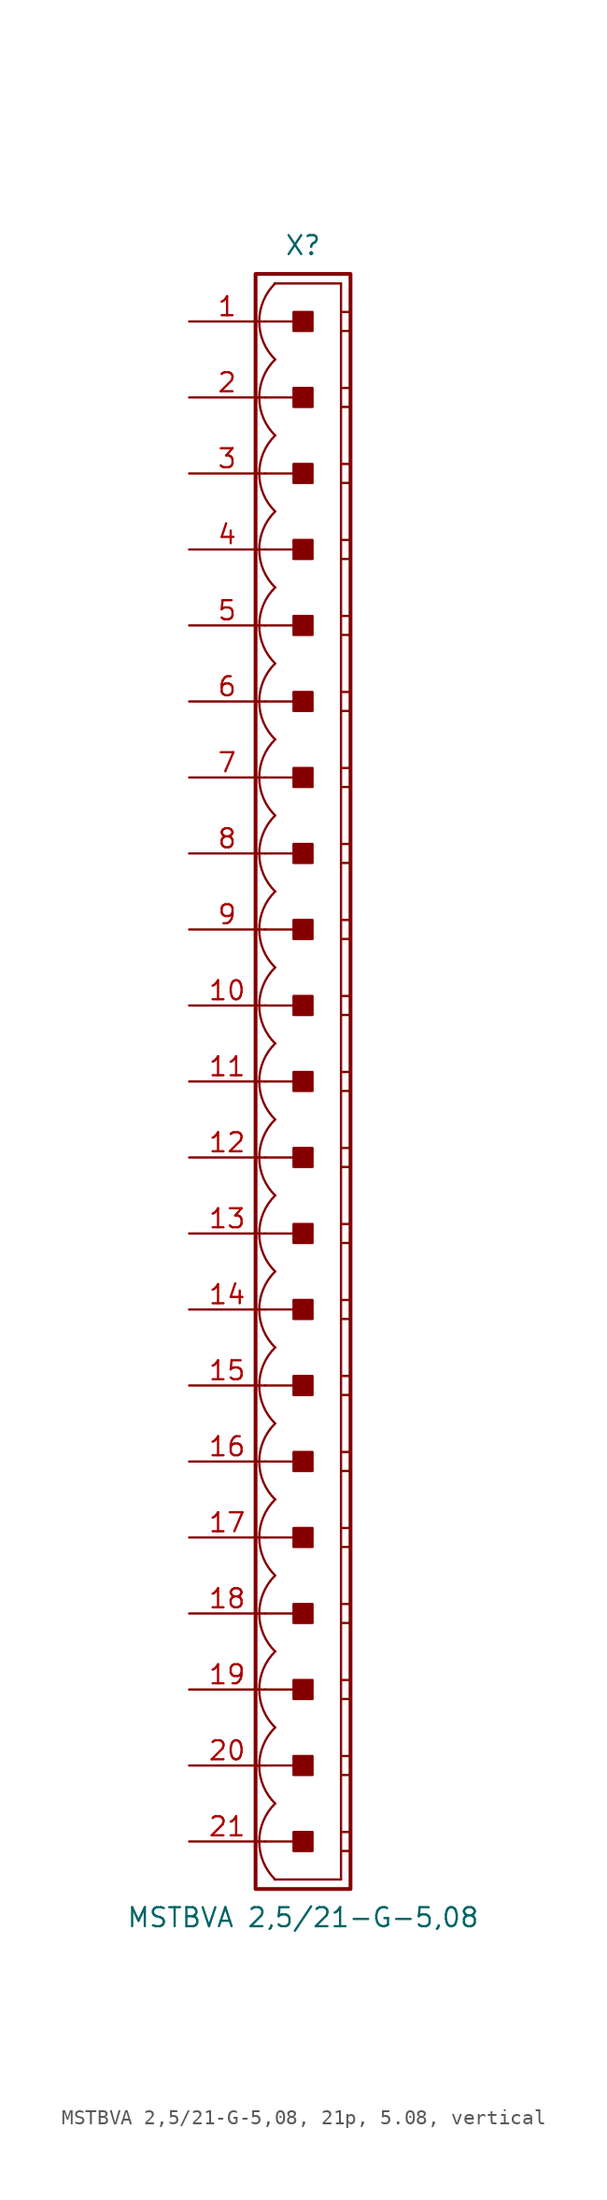
<source format=kicad_sym>
(kicad_symbol_lib
  (version 20241209)
  (generator "kicad_symbol_editor")
  (generator_version "9.0")
  (symbol "MSTBVA 2,5/21-G-5,08, 21p, 5.08, vertical"
    (pin_names
      (offset 1.016)
      (hide yes))
    (property "Reference" "X"
      (at 0 55.88 0)
      (effects (font (size 1.27 1.27))))
    (property "Value" "MSTBVA 2,5/21-G-5,08"
      (at 0 -55.88 0)
      (effects (font (size 1.27 1.27))))
    (property "Label" ""
      (at 0 0 0)
      (effects (font (size 1.27 1.27) (thickness 0.254) (bold yes))))
    (symbol "MSTBVA 2,5/21-G-5,08, 21p, 5.08, vertical_0_1"
      (polyline (pts (xy 2.54 53.34) (xy -1.905 53.34)) (stroke (width 0.152) (type default)) (fill (type none)))
      (polyline (pts (xy 2.54 53.34) (xy 2.54 -53.34)) (stroke (width 0.152) (type default)) (fill (type none)))
      (polyline (pts (xy 2.54 51.435) (xy 3.175 51.435)) (stroke (width 0.152) (type default)) (fill (type none)))
      (polyline (pts (xy 2.54 50.165) (xy 3.175 50.165)) (stroke (width 0.152) (type default)) (fill (type none)))
      (polyline (pts (xy 2.54 46.355) (xy 3.175 46.355)) (stroke (width 0.152) (type default)) (fill (type none)))
      (polyline (pts (xy 2.54 45.085) (xy 3.175 45.085)) (stroke (width 0.152) (type default)) (fill (type none)))
      (polyline (pts (xy 2.54 41.275) (xy 3.175 41.275)) (stroke (width 0.152) (type default)) (fill (type none)))
      (polyline (pts (xy 2.54 40.005) (xy 3.175 40.005)) (stroke (width 0.152) (type default)) (fill (type none)))
      (polyline (pts (xy 2.54 36.195) (xy 3.175 36.195)) (stroke (width 0.152) (type default)) (fill (type none)))
      (polyline (pts (xy 2.54 34.925) (xy 3.175 34.925)) (stroke (width 0.152) (type default)) (fill (type none)))
      (polyline (pts (xy 2.54 31.115) (xy 3.175 31.115)) (stroke (width 0.152) (type default)) (fill (type none)))
      (polyline (pts (xy 2.54 29.845) (xy 3.175 29.845)) (stroke (width 0.152) (type default)) (fill (type none)))
      (polyline (pts (xy 2.54 26.035) (xy 3.175 26.035)) (stroke (width 0.152) (type default)) (fill (type none)))
      (polyline (pts (xy 2.54 24.765) (xy 3.175 24.765)) (stroke (width 0.152) (type default)) (fill (type none)))
      (polyline (pts (xy 2.54 20.955) (xy 3.175 20.955)) (stroke (width 0.152) (type default)) (fill (type none)))
      (polyline (pts (xy 2.54 19.685) (xy 3.175 19.685)) (stroke (width 0.152) (type default)) (fill (type none)))
      (polyline (pts (xy 2.54 15.875) (xy 3.175 15.875)) (stroke (width 0.152) (type default)) (fill (type none)))
      (polyline (pts (xy 2.54 14.605) (xy 3.175 14.605)) (stroke (width 0.152) (type default)) (fill (type none)))
      (polyline (pts (xy 2.54 10.795) (xy 3.175 10.795)) (stroke (width 0.152) (type default)) (fill (type none)))
      (polyline (pts (xy 2.54 9.525) (xy 3.175 9.525)) (stroke (width 0.152) (type default)) (fill (type none)))
      (polyline (pts (xy 2.54 5.715) (xy 3.175 5.715)) (stroke (width 0.152) (type default)) (fill (type none)))
      (polyline (pts (xy 2.54 4.445) (xy 3.175 4.445)) (stroke (width 0.152) (type default)) (fill (type none)))
      (polyline (pts (xy 2.54 0.635) (xy 3.175 0.635)) (stroke (width 0.152) (type default)) (fill (type none)))
      (polyline (pts (xy 2.54 -0.635) (xy 3.175 -0.635)) (stroke (width 0.152) (type default)) (fill (type none)))
      (polyline (pts (xy 2.54 -4.445) (xy 3.175 -4.445)) (stroke (width 0.152) (type default)) (fill (type none)))
      (polyline (pts (xy 2.54 -5.715) (xy 3.175 -5.715)) (stroke (width 0.152) (type default)) (fill (type none)))
      (polyline (pts (xy 2.54 -9.525) (xy 3.175 -9.525)) (stroke (width 0.152) (type default)) (fill (type none)))
      (polyline (pts (xy 2.54 -10.795) (xy 3.175 -10.795)) (stroke (width 0.152) (type default)) (fill (type none)))
      (polyline (pts (xy 2.54 -14.605) (xy 3.175 -14.605)) (stroke (width 0.152) (type default)) (fill (type none)))
      (polyline (pts (xy 2.54 -15.875) (xy 3.175 -15.875)) (stroke (width 0.152) (type default)) (fill (type none)))
      (polyline (pts (xy 2.54 -19.685) (xy 3.175 -19.685)) (stroke (width 0.152) (type default)) (fill (type none)))
      (polyline (pts (xy 2.54 -20.955) (xy 3.175 -20.955)) (stroke (width 0.152) (type default)) (fill (type none)))
      (polyline (pts (xy 2.54 -24.765) (xy 3.175 -24.765)) (stroke (width 0.152) (type default)) (fill (type none)))
      (polyline (pts (xy 2.54 -26.035) (xy 3.175 -26.035)) (stroke (width 0.152) (type default)) (fill (type none)))
      (polyline (pts (xy 2.54 -29.845) (xy 3.175 -29.845)) (stroke (width 0.152) (type default)) (fill (type none)))
      (polyline (pts (xy 2.54 -31.115) (xy 3.175 -31.115)) (stroke (width 0.152) (type default)) (fill (type none)))
      (polyline (pts (xy 2.54 -34.925) (xy 3.175 -34.925)) (stroke (width 0.152) (type default)) (fill (type none)))
      (polyline (pts (xy 2.54 -36.195) (xy 3.175 -36.195)) (stroke (width 0.152) (type default)) (fill (type none)))
      (polyline (pts (xy 2.54 -40.005) (xy 3.175 -40.005)) (stroke (width 0.152) (type default)) (fill (type none)))
      (polyline (pts (xy 2.54 -41.275) (xy 3.175 -41.275)) (stroke (width 0.152) (type default)) (fill (type none)))
      (polyline (pts (xy 2.54 -45.085) (xy 3.175 -45.085)) (stroke (width 0.152) (type default)) (fill (type none)))
      (polyline (pts (xy 2.54 -46.355) (xy 3.175 -46.355)) (stroke (width 0.152) (type default)) (fill (type none)))
      (polyline (pts (xy 2.54 -50.165) (xy 3.175 -50.165)) (stroke (width 0.152) (type default)) (fill (type none)))
      (polyline (pts (xy 2.54 -51.435) (xy 3.175 -51.435)) (stroke (width 0.152) (type default)) (fill (type none)))
      (polyline (pts (xy 2.54 -53.34) (xy -1.905 -53.34)) (stroke (width 0.152) (type default)) (fill (type none))))
    (symbol "MSTBVA 2,5/21-G-5,08, 21p, 5.08, vertical_1_0"
      (polyline (pts (xy -2.54 50.8) (xy 0 50.8)) (stroke (width 0.152) (type default)) (fill (type none)))
      (polyline (pts (xy -2.54 45.72) (xy 0 45.72)) (stroke (width 0.152) (type default)) (fill (type none)))
      (polyline (pts (xy -2.54 40.64) (xy 0 40.64)) (stroke (width 0.152) (type default)) (fill (type none)))
      (polyline (pts (xy -2.54 35.56) (xy 0 35.56)) (stroke (width 0.152) (type default)) (fill (type none)))
      (polyline (pts (xy -2.54 30.48) (xy 0 30.48)) (stroke (width 0.152) (type default)) (fill (type none)))
      (polyline (pts (xy -2.54 25.4) (xy 0 25.4)) (stroke (width 0.152) (type default)) (fill (type none)))
      (polyline (pts (xy -2.54 20.32) (xy 0 20.32)) (stroke (width 0.152) (type default)) (fill (type none)))
      (polyline (pts (xy -2.54 15.24) (xy 0 15.24)) (stroke (width 0.152) (type default)) (fill (type none)))
      (polyline (pts (xy -2.54 10.16) (xy 0 10.16)) (stroke (width 0.152) (type default)) (fill (type none)))
      (polyline (pts (xy -2.54 5.08) (xy 0 5.08)) (stroke (width 0.152) (type default)) (fill (type none)))
      (polyline (pts (xy -2.54 0) (xy 0 0)) (stroke (width 0.152) (type default)) (fill (type none)))
      (polyline (pts (xy -2.54 -5.08) (xy 0 -5.08)) (stroke (width 0.152) (type default)) (fill (type none)))
      (polyline (pts (xy -2.54 -10.16) (xy 0 -10.16)) (stroke (width 0.152) (type default)) (fill (type none)))
      (polyline (pts (xy -2.54 -15.24) (xy 0 -15.24)) (stroke (width 0.152) (type default)) (fill (type none)))
      (polyline (pts (xy -2.54 -20.32) (xy 0 -20.32)) (stroke (width 0.152) (type default)) (fill (type none)))
      (polyline (pts (xy -2.54 -25.4) (xy 0 -25.4)) (stroke (width 0.152) (type default)) (fill (type none)))
      (polyline (pts (xy -2.54 -30.48) (xy 0 -30.48)) (stroke (width 0.152) (type default)) (fill (type none)))
      (polyline (pts (xy -2.54 -35.56) (xy 0 -35.56)) (stroke (width 0.152) (type default)) (fill (type none)))
      (polyline (pts (xy -2.54 -40.64) (xy 0 -40.64)) (stroke (width 0.152) (type default)) (fill (type none)))
      (polyline (pts (xy -2.54 -45.72) (xy 0 -45.72)) (stroke (width 0.152) (type default)) (fill (type none)))
      (polyline (pts (xy -2.54 -50.8) (xy 0 -50.8)) (stroke (width 0.152) (type default)) (fill (type none))))
    (symbol "MSTBVA 2,5/21-G-5,08, 21p, 5.08, vertical_1_1"
      (rectangle (start -3.175 53.975) (end 3.175 -53.975) (stroke (width 0.254) (type default)) (fill (type none)))
      (rectangle (start -0.635 50.165) (end 0.635 51.435) (stroke (width 0.152) (type default)) (fill (type outline)))
      (rectangle (start -0.635 45.085) (end 0.635 46.355) (stroke (width 0.152) (type default)) (fill (type outline)))
      (rectangle (start -0.635 40.005) (end 0.635 41.275) (stroke (width 0.152) (type default)) (fill (type outline)))
      (rectangle (start -0.635 34.925) (end 0.635 36.195) (stroke (width 0.152) (type default)) (fill (type outline)))
      (rectangle (start -0.635 29.845) (end 0.635 31.115) (stroke (width 0.152) (type default)) (fill (type outline)))
      (rectangle (start -0.635 24.765) (end 0.635 26.035) (stroke (width 0.152) (type default)) (fill (type outline)))
      (rectangle (start -0.635 19.685) (end 0.635 20.955) (stroke (width 0.152) (type default)) (fill (type outline)))
      (rectangle (start -0.635 14.605) (end 0.635 15.875) (stroke (width 0.152) (type default)) (fill (type outline)))
      (rectangle (start -0.635 9.525) (end 0.635 10.795) (stroke (width 0.152) (type default)) (fill (type outline)))
      (rectangle (start -0.635 4.445) (end 0.635 5.715) (stroke (width 0.152) (type default)) (fill (type outline)))
      (rectangle (start -0.635 -0.635) (end 0.635 0.635) (stroke (width 0.152) (type default)) (fill (type outline)))
      (rectangle (start -0.635 -5.715) (end 0.635 -4.445) (stroke (width 0.152) (type default)) (fill (type outline)))
      (rectangle (start -0.635 -10.795) (end 0.635 -9.525) (stroke (width 0.152) (type default)) (fill (type outline)))
      (rectangle (start -0.635 -15.875) (end 0.635 -14.605) (stroke (width 0.152) (type default)) (fill (type outline)))
      (rectangle (start -0.635 -20.955) (end 0.635 -19.685) (stroke (width 0.152) (type default)) (fill (type outline)))
      (rectangle (start -0.635 -26.035) (end 0.635 -24.765) (stroke (width 0.152) (type default)) (fill (type outline)))
      (rectangle (start -0.635 -31.115) (end 0.635 -29.845) (stroke (width 0.152) (type default)) (fill (type outline)))
      (rectangle (start -0.635 -36.195) (end 0.635 -34.925) (stroke (width 0.152) (type default)) (fill (type outline)))
      (rectangle (start -0.635 -41.275) (end 0.635 -40.005) (stroke (width 0.152) (type default)) (fill (type outline)))
      (rectangle (start -0.635 -46.355) (end 0.635 -45.085) (stroke (width 0.152) (type default)) (fill (type outline)))
      (rectangle (start -0.635 -51.435) (end 0.635 -50.165) (stroke (width 0.152) (type default)) (fill (type outline)))
      (arc (start -1.8664 48.26) (mid -2.9299 50.8) (end -1.8664 53.34) (stroke (width 0.1524) (type default)) (fill (type none)))
      (arc (start -1.8664 43.18) (mid -2.9299 45.72) (end -1.8664 48.26) (stroke (width 0.1524) (type default)) (fill (type none)))
      (arc (start -1.8664 38.1) (mid -2.9299 40.64) (end -1.8664 43.18) (stroke (width 0.1524) (type default)) (fill (type none)))
      (arc (start -1.8664 33.02) (mid -2.9299 35.56) (end -1.8664 38.1) (stroke (width 0.1524) (type default)) (fill (type none)))
      (arc (start -1.8664 27.94) (mid -2.9299 30.48) (end -1.8664 33.02) (stroke (width 0.1524) (type default)) (fill (type none)))
      (arc (start -1.8664 22.86) (mid -2.9299 25.4) (end -1.8664 27.94) (stroke (width 0.1524) (type default)) (fill (type none)))
      (arc (start -1.8664 17.78) (mid -2.9299 20.32) (end -1.8664 22.86) (stroke (width 0.1524) (type default)) (fill (type none)))
      (arc (start -1.8664 12.7) (mid -2.9299 15.24) (end -1.8664 17.78) (stroke (width 0.1524) (type default)) (fill (type none)))
      (arc (start -1.8664 7.62) (mid -2.9299 10.16) (end -1.8664 12.7) (stroke (width 0.1524) (type default)) (fill (type none)))
      (arc (start -1.8664 2.54) (mid -2.9299 5.08) (end -1.8664 7.62) (stroke (width 0.1524) (type default)) (fill (type none)))
      (arc (start -1.8664 -2.54) (mid -2.9299 0) (end -1.8664 2.54) (stroke (width 0.1524) (type default)) (fill (type none)))
      (arc (start -1.8664 -7.62) (mid -2.9299 -5.08) (end -1.8664 -2.54) (stroke (width 0.1524) (type default)) (fill (type none)))
      (arc (start -1.8664 -12.7) (mid -2.9299 -10.16) (end -1.8664 -7.62) (stroke (width 0.1524) (type default)) (fill (type none)))
      (arc (start -1.8664 -17.78) (mid -2.9299 -15.24) (end -1.8664 -12.7) (stroke (width 0.1524) (type default)) (fill (type none)))
      (arc (start -1.8664 -22.86) (mid -2.9299 -20.32) (end -1.8664 -17.78) (stroke (width 0.1524) (type default)) (fill (type none)))
      (arc (start -1.8664 -27.94) (mid -2.9299 -25.4) (end -1.8664 -22.86) (stroke (width 0.1524) (type default)) (fill (type none)))
      (arc (start -1.8664 -33.02) (mid -2.9299 -30.48) (end -1.8664 -27.94) (stroke (width 0.1524) (type default)) (fill (type none)))
      (arc (start -1.8664 -38.1) (mid -2.9299 -35.56) (end -1.8664 -33.02) (stroke (width 0.1524) (type default)) (fill (type none)))
      (arc (start -1.8664 -43.18) (mid -2.9299 -40.64) (end -1.8664 -38.1) (stroke (width 0.1524) (type default)) (fill (type none)))
      (arc (start -1.8664 -48.26) (mid -2.9299 -45.72) (end -1.8664 -43.18) (stroke (width 0.1524) (type default)) (fill (type none)))
      (arc (start -1.8664 -53.34) (mid -2.9299 -50.8) (end -1.8664 -48.26) (stroke (width 0.1524) (type default)) (fill (type none)))
      (pin passive line (at -7.62 50.8 0) (length 5.08) (name "1" (effects (font (size 1.27 1.27)))) (number "1" (effects (font (size 1.27 1.27)))))
      (pin passive line (at -7.62 45.72 0) (length 5.08) (name "2" (effects (font (size 1.27 1.27)))) (number "2" (effects (font (size 1.27 1.27)))))
      (pin passive line (at -7.62 40.64 0) (length 5.08) (name "3" (effects (font (size 1.27 1.27)))) (number "3" (effects (font (size 1.27 1.27)))))
      (pin passive line (at -7.62 35.56 0) (length 5.08) (name "4" (effects (font (size 1.27 1.27)))) (number "4" (effects (font (size 1.27 1.27)))))
      (pin passive line (at -7.62 30.48 0) (length 5.08) (name "5" (effects (font (size 1.27 1.27)))) (number "5" (effects (font (size 1.27 1.27)))))
      (pin passive line (at -7.62 25.4 0) (length 5.08) (name "6" (effects (font (size 1.27 1.27)))) (number "6" (effects (font (size 1.27 1.27)))))
      (pin passive line (at -7.62 20.32 0) (length 5.08) (name "7" (effects (font (size 1.27 1.27)))) (number "7" (effects (font (size 1.27 1.27)))))
      (pin passive line (at -7.62 15.24 0) (length 5.08) (name "8" (effects (font (size 1.27 1.27)))) (number "8" (effects (font (size 1.27 1.27)))))
      (pin passive line (at -7.62 10.16 0) (length 5.08) (name "9" (effects (font (size 1.27 1.27)))) (number "9" (effects (font (size 1.27 1.27)))))
      (pin passive line (at -7.62 5.08 0) (length 5.08) (name "10" (effects (font (size 1.27 1.27)))) (number "10" (effects (font (size 1.27 1.27)))))
      (pin passive line (at -7.62 0 0) (length 5.08) (name "11" (effects (font (size 1.27 1.27)))) (number "11" (effects (font (size 1.27 1.27)))))
      (pin passive line (at -7.62 -5.08 0) (length 5.08) (name "12" (effects (font (size 1.27 1.27)))) (number "12" (effects (font (size 1.27 1.27)))))
      (pin passive line (at -7.62 -10.16 0) (length 5.08) (name "13" (effects (font (size 1.27 1.27)))) (number "13" (effects (font (size 1.27 1.27)))))
      (pin passive line (at -7.62 -15.24 0) (length 5.08) (name "14" (effects (font (size 1.27 1.27)))) (number "14" (effects (font (size 1.27 1.27)))))
      (pin passive line (at -7.62 -20.32 0) (length 5.08) (name "15" (effects (font (size 1.27 1.27)))) (number "15" (effects (font (size 1.27 1.27)))))
      (pin passive line (at -7.62 -25.4 0) (length 5.08) (name "16" (effects (font (size 1.27 1.27)))) (number "16" (effects (font (size 1.27 1.27)))))
      (pin passive line (at -7.62 -30.48 0) (length 5.08) (name "17" (effects (font (size 1.27 1.27)))) (number "17" (effects (font (size 1.27 1.27)))))
      (pin passive line (at -7.62 -35.56 0) (length 5.08) (name "18" (effects (font (size 1.27 1.27)))) (number "18" (effects (font (size 1.27 1.27)))))
      (pin passive line (at -7.62 -40.64 0) (length 5.08) (name "19" (effects (font (size 1.27 1.27)))) (number "19" (effects (font (size 1.27 1.27)))))
      (pin passive line (at -7.62 -45.72 0) (length 5.08) (name "20" (effects (font (size 1.27 1.27)))) (number "20" (effects (font (size 1.27 1.27)))))
      (pin passive line (at -7.62 -50.8 0) (length 5.08) (name "21" (effects (font (size 1.27 1.27)))) (number "21" (effects (font (size 1.27 1.27))))))))
</source>
